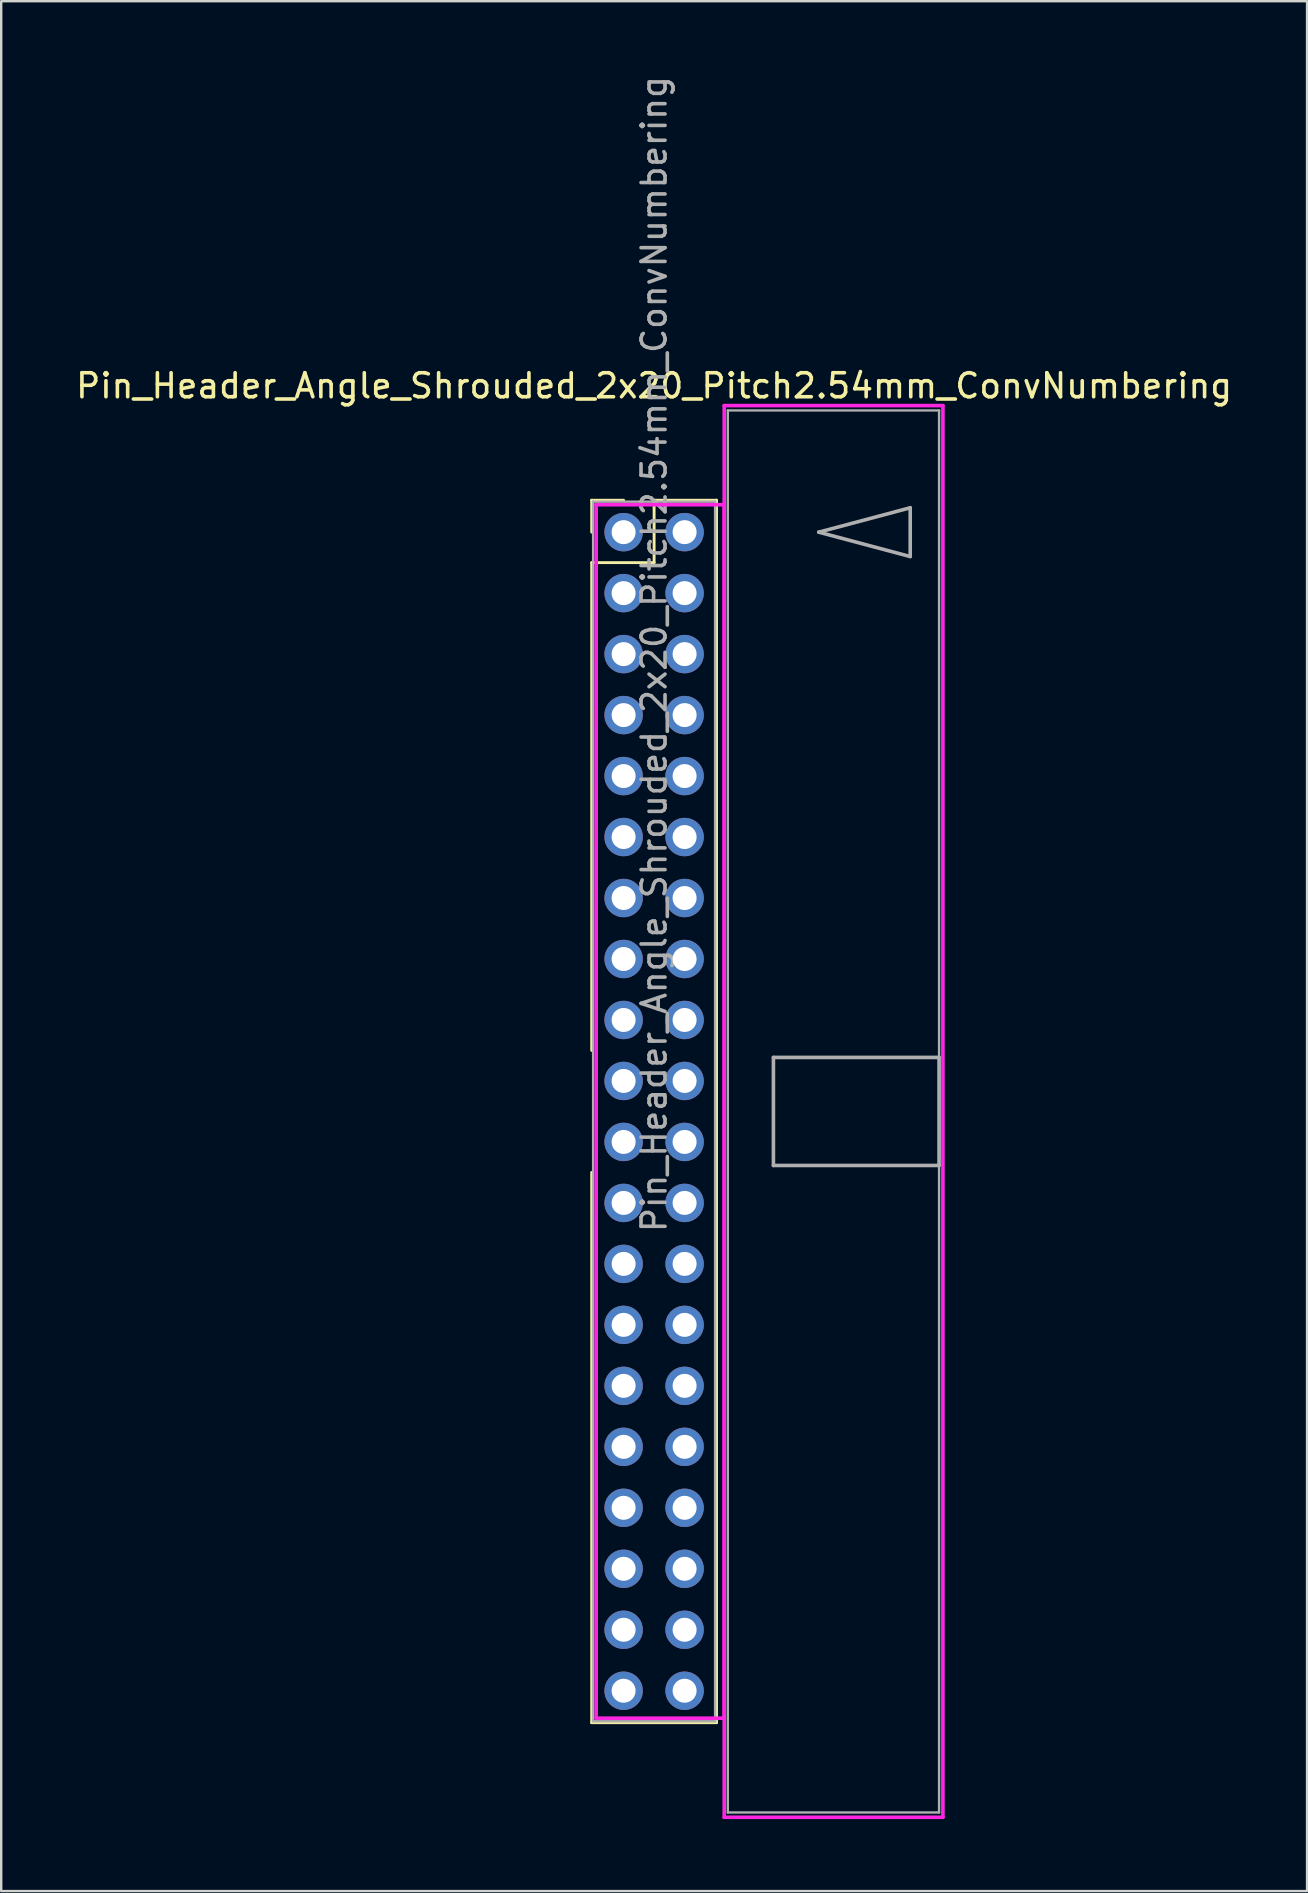
<source format=kicad_pcb>
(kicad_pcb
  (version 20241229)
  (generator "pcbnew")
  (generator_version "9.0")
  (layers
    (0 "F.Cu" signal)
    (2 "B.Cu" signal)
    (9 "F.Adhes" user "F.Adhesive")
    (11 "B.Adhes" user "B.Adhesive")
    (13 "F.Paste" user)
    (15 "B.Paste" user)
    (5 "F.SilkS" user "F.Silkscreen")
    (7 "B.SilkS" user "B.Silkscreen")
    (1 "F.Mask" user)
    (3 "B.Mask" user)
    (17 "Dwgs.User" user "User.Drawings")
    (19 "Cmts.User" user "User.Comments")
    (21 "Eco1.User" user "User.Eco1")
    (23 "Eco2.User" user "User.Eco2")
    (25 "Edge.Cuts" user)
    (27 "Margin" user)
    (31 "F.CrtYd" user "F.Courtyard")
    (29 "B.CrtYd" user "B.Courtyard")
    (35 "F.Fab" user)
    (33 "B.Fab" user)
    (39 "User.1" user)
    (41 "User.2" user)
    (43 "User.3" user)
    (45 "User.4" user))
  (footprint "Pin_Header_Angle_Shrouded_2x20_Pitch2.54mm_ConvNumbering"
    (layer "F.Cu")
    (at 22.926 19.116)
    (property "Reference" "Pin_Header_Angle_Shrouded_2x20_Pitch2.54mm_ConvNumbering" (at 1.27 -6.096 0) (layer "F.SilkS") (effects (font (size 1 1) (thickness 0.15))))
    (attr through_hole)
    (fp_line (start -1.33 -1.33) (end 0 -1.33) (stroke (width 0.12) (type solid)) (layer "F.SilkS"))
    (fp_line (start -1.33 0) (end -1.33 -1.33) (stroke (width 0.12) (type solid)) (layer "F.SilkS"))
    (fp_line (start -1.33 1.27) (end -1.33 21.59) (stroke (width 0.12) (type solid)) (layer "F.SilkS"))
    (fp_line (start -1.33 1.27) (end 1.27 1.27) (stroke (width 0.12) (type solid)) (layer "F.SilkS"))
    (fp_line (start -1.33 26.67) (end -1.33 49.59) (stroke (width 0.12) (type solid)) (layer "F.SilkS"))
    (fp_line (start -1.33 49.59) (end 3.87 49.59) (stroke (width 0.12) (type solid)) (layer "F.SilkS"))
    (fp_line (start 1.27 -1.33) (end 3.87 -1.33) (stroke (width 0.12) (type solid)) (layer "F.SilkS"))
    (fp_line (start 1.27 1.27) (end 1.27 -1.33) (stroke (width 0.12) (type solid)) (layer "F.SilkS"))
    (fp_line (start 3.87 -1.33) (end 3.87 49.59) (stroke (width 0.12) (type solid)) (layer "F.SilkS"))
    (fp_line (start -1.143 -1.143) (end -1.143 49.403) (stroke (width 0.15) (type solid)) (layer "F.CrtYd"))
    (fp_line (start -1.143 49.403) (end 4.19 49.403) (stroke (width 0.15) (type solid)) (layer "F.CrtYd"))
    (fp_line (start 4.19 -5.27) (end 4.19 53.53) (stroke (width 0.15) (type solid)) (layer "F.CrtYd"))
    (fp_line (start 4.19 -1.143) (end -1.143 -1.143) (stroke (width 0.15) (type solid)) (layer "F.CrtYd"))
    (fp_line (start 4.19 49.403) (end 4.19 -1.143) (stroke (width 0.15) (type solid)) (layer "F.CrtYd"))
    (fp_line (start 4.19 53.53) (end 13.3 53.53) (stroke (width 0.15) (type solid)) (layer "F.CrtYd"))
    (fp_line (start 13.3 -5.27) (end 4.19 -5.27) (stroke (width 0.15) (type solid)) (layer "F.CrtYd"))
    (fp_line (start 13.3 53.53) (end 13.3 -5.27) (stroke (width 0.15) (type solid)) (layer "F.CrtYd"))
    (fp_line (start -1.27 -1.27) (end -1.27 49.53) (stroke (width 0.1) (type solid)) (layer "F.Fab"))
    (fp_line (start -1.27 49.53) (end 3.81 49.53) (stroke (width 0.1) (type solid)) (layer "F.Fab"))
    (fp_line (start 3.81 -1.27) (end -1.27 -1.27) (stroke (width 0.1) (type solid)) (layer "F.Fab"))
    (fp_line (start 3.81 49.53) (end 3.81 -1.27) (stroke (width 0.1) (type solid)) (layer "F.Fab"))
    (fp_line (start 4.34 -5.07) (end 4.34 53.33) (stroke (width 0.1) (type solid)) (layer "F.Fab"))
    (fp_line (start 4.34 53.33) (end 13.14 53.33) (stroke (width 0.1) (type solid)) (layer "F.Fab"))
    (fp_line (start 6.24 21.88) (end 6.24 26.38) (stroke (width 0.15) (type solid)) (layer "F.Fab"))
    (fp_line (start 6.24 26.38) (end 13.14 26.38) (stroke (width 0.15) (type solid)) (layer "F.Fab"))
    (fp_line (start 8.128 0) (end 11.938 -1.016) (stroke (width 0.15) (type solid)) (layer "F.Fab"))
    (fp_line (start 11.938 -1.016) (end 11.938 1.016) (stroke (width 0.15) (type solid)) (layer "F.Fab"))
    (fp_line (start 11.938 1.016) (end 8.128 0) (stroke (width 0.15) (type solid)) (layer "F.Fab"))
    (fp_line (start 13.14 -5.07) (end 4.34 -5.07) (stroke (width 0.1) (type solid)) (layer "F.Fab"))
    (fp_line (start 13.14 21.88) (end 6.24 21.88) (stroke (width 0.15) (type solid)) (layer "F.Fab"))
    (fp_line (start 13.14 26.38) (end 13.14 21.88) (stroke (width 0.15) (type solid)) (layer "F.Fab"))
    (fp_line (start 13.14 53.33) (end 13.14 -5.07) (stroke (width 0.1) (type solid)) (layer "F.Fab"))
    (fp_text user "${REFERENCE}" (at 1.27 5.08 90) (layer "F.Fab") (effects (font (size 1 1) (thickness 0.15))))
    (pad "1" thru_hole oval (at 0 0) (size 1.6 1.6) (drill 1) (layers "*.Cu" "*.Mask"))
    (pad "2" thru_hole oval (at 2.54 0) (size 1.6 1.6) (drill 1) (layers "*.Cu" "*.Mask"))
    (pad "3" thru_hole oval (at 0 2.54) (size 1.6 1.6) (drill 1) (layers "*.Cu" "*.Mask"))
    (pad "4" thru_hole oval (at 2.54 2.54) (size 1.6 1.6) (drill 1) (layers "*.Cu" "*.Mask"))
    (pad "5" thru_hole oval (at 0 5.08) (size 1.6 1.6) (drill 1) (layers "*.Cu" "*.Mask"))
    (pad "6" thru_hole oval (at 2.54 5.08) (size 1.6 1.6) (drill 1) (layers "*.Cu" "*.Mask"))
    (pad "7" thru_hole oval (at 0 7.62) (size 1.6 1.6) (drill 1) (layers "*.Cu" "*.Mask"))
    (pad "8" thru_hole oval (at 2.54 7.62) (size 1.6 1.6) (drill 1) (layers "*.Cu" "*.Mask"))
    (pad "9" thru_hole oval (at 0 10.16) (size 1.6 1.6) (drill 1) (layers "*.Cu" "*.Mask"))
    (pad "10" thru_hole oval (at 2.54 10.16) (size 1.6 1.6) (drill 1) (layers "*.Cu" "*.Mask"))
    (pad "11" thru_hole oval (at 0 12.7) (size 1.6 1.6) (drill 1) (layers "*.Cu" "*.Mask"))
    (pad "12" thru_hole oval (at 2.54 12.7) (size 1.6 1.6) (drill 1) (layers "*.Cu" "*.Mask"))
    (pad "13" thru_hole oval (at 0 15.24) (size 1.6 1.6) (drill 1) (layers "*.Cu" "*.Mask"))
    (pad "14" thru_hole oval (at 2.54 15.24) (size 1.6 1.6) (drill 1) (layers "*.Cu" "*.Mask"))
    (pad "15" thru_hole oval (at 0 17.78) (size 1.6 1.6) (drill 1) (layers "*.Cu" "*.Mask"))
    (pad "16" thru_hole oval (at 2.54 17.78) (size 1.6 1.6) (drill 1) (layers "*.Cu" "*.Mask"))
    (pad "17" thru_hole oval (at 0 20.32) (size 1.6 1.6) (drill 1) (layers "*.Cu" "*.Mask"))
    (pad "18" thru_hole oval (at 2.54 20.32) (size 1.6 1.6) (drill 1) (layers "*.Cu" "*.Mask"))
    (pad "19" thru_hole oval (at 0 22.86) (size 1.6 1.6) (drill 1) (layers "*.Cu" "*.Mask"))
    (pad "20" thru_hole oval (at 2.54 22.86) (size 1.6 1.6) (drill 1) (layers "*.Cu" "*.Mask"))
    (pad "21" thru_hole oval (at 0 25.4) (size 1.6 1.6) (drill 1) (layers "*.Cu" "*.Mask"))
    (pad "22" thru_hole oval (at 2.54 25.4) (size 1.6 1.6) (drill 1) (layers "*.Cu" "*.Mask"))
    (pad "23" thru_hole oval (at 0 27.94) (size 1.6 1.6) (drill 1) (layers "*.Cu" "*.Mask"))
    (pad "24" thru_hole oval (at 2.54 27.94) (size 1.6 1.6) (drill 1) (layers "*.Cu" "*.Mask"))
    (pad "25" thru_hole oval (at 0 30.48) (size 1.6 1.6) (drill 1) (layers "*.Cu" "*.Mask"))
    (pad "26" thru_hole oval (at 2.54 30.48) (size 1.6 1.6) (drill 1) (layers "*.Cu" "*.Mask"))
    (pad "27" thru_hole oval (at 0 33.02) (size 1.6 1.6) (drill 1) (layers "*.Cu" "*.Mask"))
    (pad "28" thru_hole oval (at 2.54 33.02) (size 1.6 1.6) (drill 1) (layers "*.Cu" "*.Mask"))
    (pad "29" thru_hole oval (at 0 35.56) (size 1.6 1.6) (drill 1) (layers "*.Cu" "*.Mask"))
    (pad "30" thru_hole oval (at 2.54 35.56) (size 1.6 1.6) (drill 1) (layers "*.Cu" "*.Mask"))
    (pad "31" thru_hole oval (at 0 38.1) (size 1.6 1.6) (drill 1) (layers "*.Cu" "*.Mask"))
    (pad "32" thru_hole oval (at 2.54 38.1) (size 1.6 1.6) (drill 1) (layers "*.Cu" "*.Mask"))
    (pad "33" thru_hole oval (at 0 40.64) (size 1.6 1.6) (drill 1) (layers "*.Cu" "*.Mask"))
    (pad "34" thru_hole oval (at 2.54 40.64) (size 1.6 1.6) (drill 1) (layers "*.Cu" "*.Mask"))
    (pad "35" thru_hole oval (at 0 43.18) (size 1.6 1.6) (drill 1) (layers "*.Cu" "*.Mask"))
    (pad "36" thru_hole oval (at 2.54 43.18) (size 1.6 1.6) (drill 1) (layers "*.Cu" "*.Mask"))
    (pad "37" thru_hole oval (at 0 45.72) (size 1.6 1.6) (drill 1) (layers "*.Cu" "*.Mask"))
    (pad "38" thru_hole oval (at 2.54 45.72) (size 1.6 1.6) (drill 1) (layers "*.Cu" "*.Mask"))
    (pad "39" thru_hole oval (at 0 48.26) (size 1.6 1.6) (drill 1) (layers "*.Cu" "*.Mask"))
    (pad "40" thru_hole oval (at 2.54 48.26) (size 1.6 1.6) (drill 1) (layers "*.Cu" "*.Mask")))
  (gr_rect
    (start -3 -3)
    (end 51.393 75.721)
    (stroke (width 0.1) (type default))
    (fill no)
    (layer "Edge.Cuts")))
</source>
